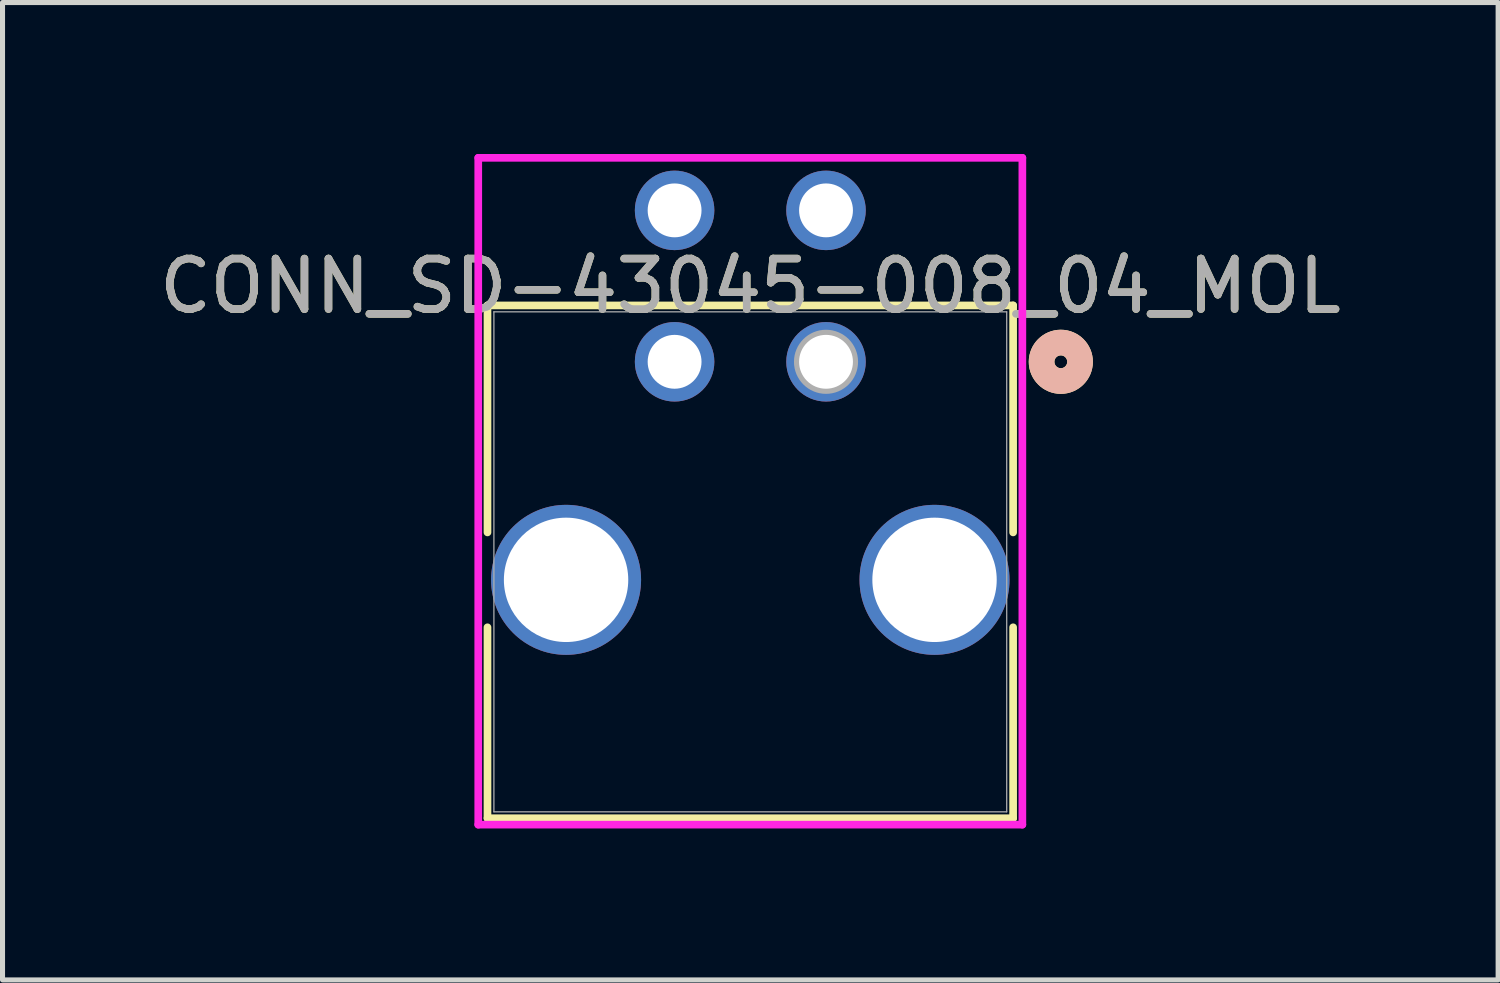
<source format=kicad_pcb>
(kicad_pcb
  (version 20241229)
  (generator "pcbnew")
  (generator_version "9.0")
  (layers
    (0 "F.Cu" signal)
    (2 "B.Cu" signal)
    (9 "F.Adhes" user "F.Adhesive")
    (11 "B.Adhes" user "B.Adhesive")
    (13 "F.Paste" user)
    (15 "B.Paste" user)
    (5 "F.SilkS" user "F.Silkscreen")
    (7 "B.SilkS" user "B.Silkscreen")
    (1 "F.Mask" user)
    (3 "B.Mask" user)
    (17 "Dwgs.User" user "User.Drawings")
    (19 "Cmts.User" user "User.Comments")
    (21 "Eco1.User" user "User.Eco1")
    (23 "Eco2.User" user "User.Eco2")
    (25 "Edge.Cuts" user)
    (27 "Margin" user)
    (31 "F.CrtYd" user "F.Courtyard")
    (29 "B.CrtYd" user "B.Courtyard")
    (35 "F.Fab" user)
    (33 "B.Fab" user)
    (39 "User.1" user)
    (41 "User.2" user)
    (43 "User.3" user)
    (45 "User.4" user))
  (footprint "CONN_SD-43045-008_04_MOL"
    (layer "F.Cu")
    (at 13.315 4.118)
    (property "Reference" "CONN_SD-43045-008_04_MOL" (at -1.5 -1.5 0) (unlocked yes) (layer "F.SilkS") (effects (font (size 1 1) (thickness 0.15))))
    (attr through_hole)
    (fp_line (start -6.707 -1.117) (end -6.707 3.38) (stroke (width 0.152) (type solid)) (layer "F.SilkS"))
    (fp_line (start -6.707 5.26) (end -6.707 9.043) (stroke (width 0.152) (type solid)) (layer "F.SilkS"))
    (fp_line (start -6.707 9.043) (end 3.707 9.043) (stroke (width 0.152) (type solid)) (layer "F.SilkS"))
    (fp_line (start 3.707 -1.117) (end -6.707 -1.117) (stroke (width 0.152) (type solid)) (layer "F.SilkS"))
    (fp_line (start 3.707 3.38) (end 3.707 -1.117) (stroke (width 0.152) (type solid)) (layer "F.SilkS"))
    (fp_line (start 3.707 9.043) (end 3.707 5.26) (stroke (width 0.152) (type solid)) (layer "F.SilkS"))
    (fp_circle (center 4.652 0) (end 5.033 0) (stroke (width 0.508) (type solid)) (fill no) (layer "F.SilkS"))
    (fp_circle (center 4.652 0) (end 5.033 0) (stroke (width 0.508) (type solid)) (fill no) (layer "B.SilkS"))
    (fp_line (start -6.89 -4.041) (end -6.89 9.17) (stroke (width 0.152) (type solid)) (layer "F.CrtYd"))
    (fp_line (start -6.89 9.17) (end 3.89 9.17) (stroke (width 0.152) (type solid)) (layer "F.CrtYd"))
    (fp_line (start 3.89 -4.041) (end -6.89 -4.041) (stroke (width 0.152) (type solid)) (layer "F.CrtYd"))
    (fp_line (start 3.89 9.17) (end 3.89 -4.041) (stroke (width 0.152) (type solid)) (layer "F.CrtYd"))
    (fp_line (start -6.58 -0.99) (end -6.58 8.916) (stroke (width 0.025) (type solid)) (layer "F.Fab"))
    (fp_line (start -6.58 8.916) (end 3.58 8.916) (stroke (width 0.025) (type solid)) (layer "F.Fab"))
    (fp_line (start 3.58 -0.99) (end -6.58 -0.99) (stroke (width 0.025) (type solid)) (layer "F.Fab"))
    (fp_line (start 3.58 8.916) (end 3.58 -0.99) (stroke (width 0.025) (type solid)) (layer "F.Fab"))
    (fp_circle (center 0 0) (end 0.381 0) (stroke (width 0.508) (type solid)) (fill no) (layer "F.Fab"))
    (fp_text user "${REFERENCE}" (at -1.5 -1.5 0) (unlocked yes) (layer "F.Fab") (effects (font (size 1 1) (thickness 0.15))))
    (pad "1" thru_hole circle (at 0 0) (size 1.575 1.575) (drill 1.067) (layers "*.Cu" "*.Mask"))
    (pad "2" thru_hole circle (at -3 0) (size 1.575 1.575) (drill 1.067) (layers "*.Cu" "*.Mask"))
    (pad "3" thru_hole circle (at 0 -3) (size 1.575 1.575) (drill 1.067) (layers "*.Cu" "*.Mask"))
    (pad "4" thru_hole circle (at -3 -3) (size 1.575 1.575) (drill 1.067) (layers "*.Cu" "*.Mask"))
    (pad "5" thru_hole circle (at -5.15 4.32) (size 2.972 2.972) (drill 2.464) (layers "*.Cu" "*.Mask"))
    (pad "6" thru_hole circle (at 2.15 4.32) (size 2.972 2.972) (drill 2.464) (layers "*.Cu" "*.Mask")))
  (gr_rect
    (start -3 -3)
    (end 26.631 16.364)
    (stroke (width 0.1) (type default))
    (fill no)
    (layer "Edge.Cuts")))
</source>
